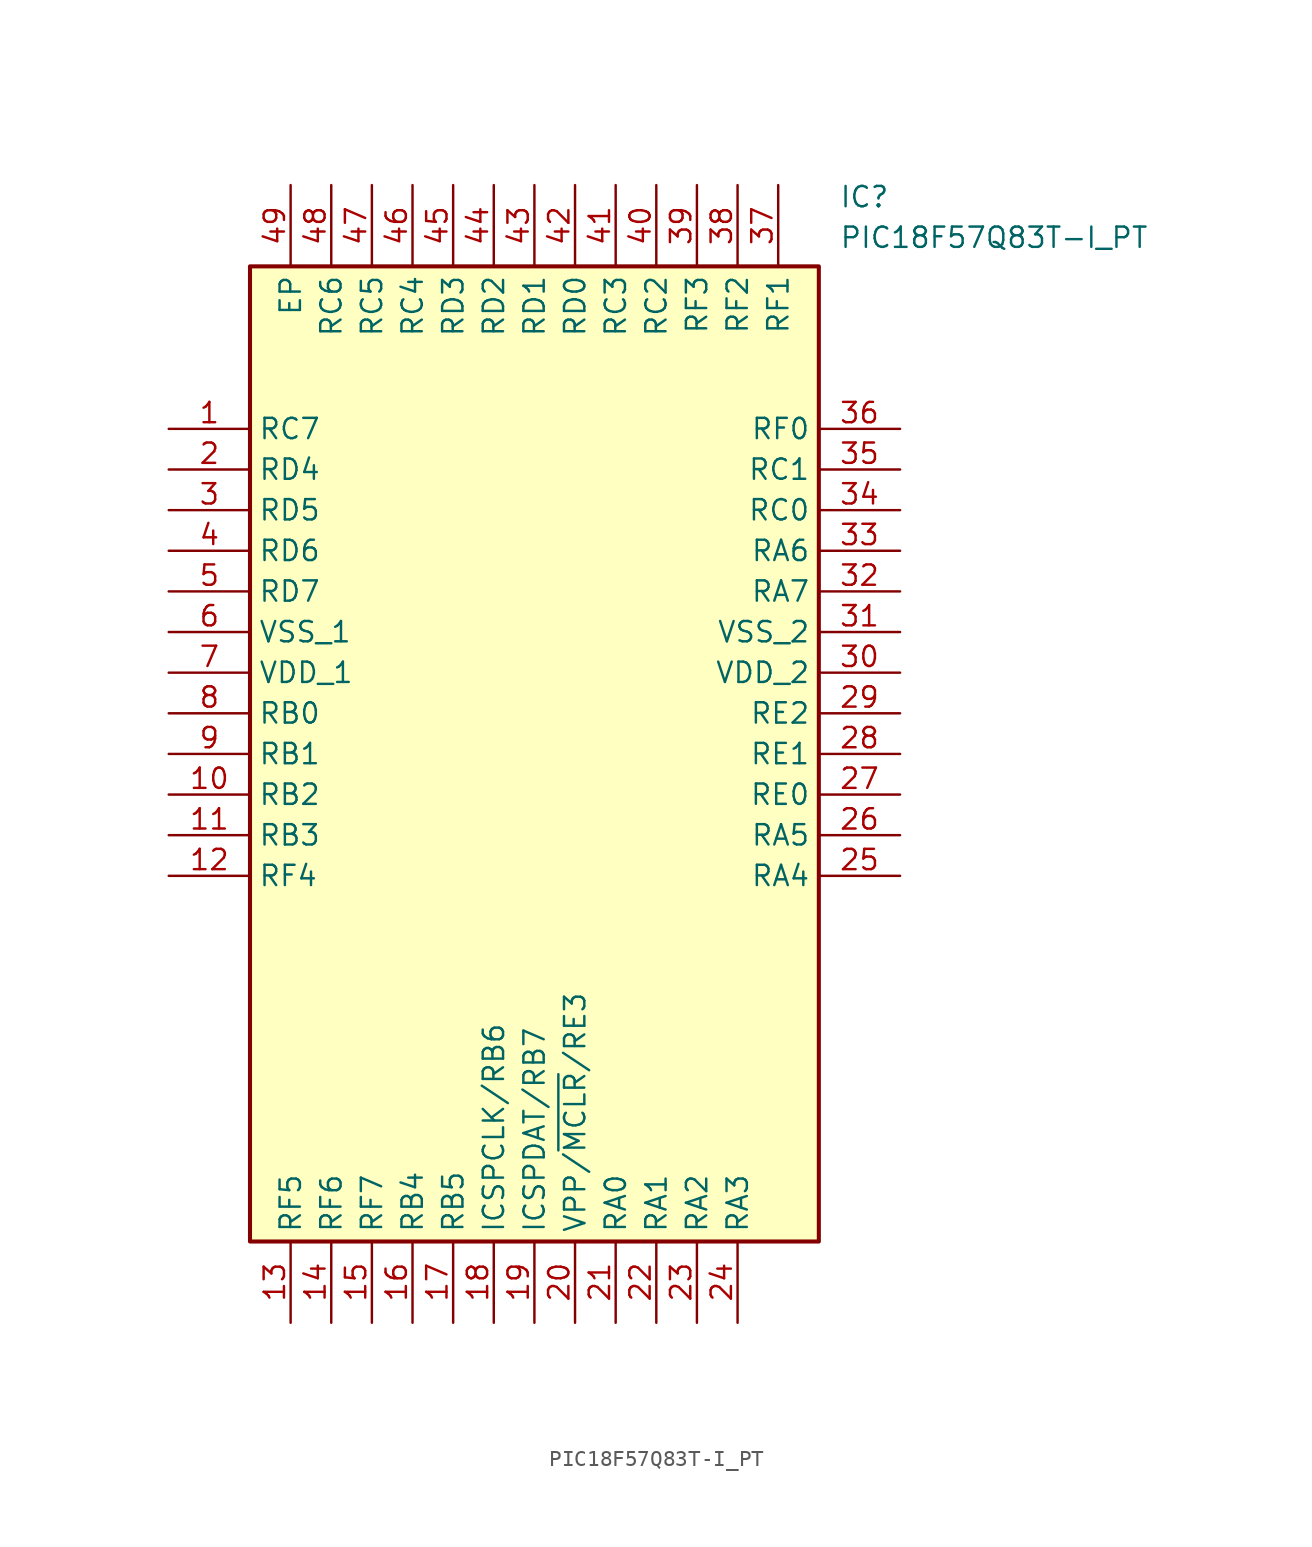
<source format=kicad_sym>
(kicad_symbol_lib
  (version 20211014)
  (generator SamacSys_ECAD_Model)
  (symbol "PIC18F57Q83T-I_PT"
    (property "Reference" "IC"
      (at 41.91 15.24 0)
      (effects (font (size 1.27 1.27)) (justify left top)))
    (property "Value" "PIC18F57Q83T-I_PT"
      (at 41.91 12.7 0)
      (effects (font (size 1.27 1.27)) (justify left top)))
    (rectangle
      (start 5.08 10.16)
      (end 40.64 -50.8)
      (stroke (width 0.254) (type default))
      (fill (type background)))
    (pin passive line
      (at 0 0 0)
      (length 5.08)
      (name "RC7" (effects (font (size 1.27 1.27))))
      (number "1" (effects (font (size 1.27 1.27)))))
    (pin passive line
      (at 0 -2.54 0)
      (length 5.08)
      (name "RD4" (effects (font (size 1.27 1.27))))
      (number "2" (effects (font (size 1.27 1.27)))))
    (pin passive line
      (at 0 -5.08 0)
      (length 5.08)
      (name "RD5" (effects (font (size 1.27 1.27))))
      (number "3" (effects (font (size 1.27 1.27)))))
    (pin passive line
      (at 0 -7.62 0)
      (length 5.08)
      (name "RD6" (effects (font (size 1.27 1.27))))
      (number "4" (effects (font (size 1.27 1.27)))))
    (pin passive line
      (at 0 -10.16 0)
      (length 5.08)
      (name "RD7" (effects (font (size 1.27 1.27))))
      (number "5" (effects (font (size 1.27 1.27)))))
    (pin passive line
      (at 0 -12.7 0)
      (length 5.08)
      (name "VSS_1" (effects (font (size 1.27 1.27))))
      (number "6" (effects (font (size 1.27 1.27)))))
    (pin passive line
      (at 0 -15.24 0)
      (length 5.08)
      (name "VDD_1" (effects (font (size 1.27 1.27))))
      (number "7" (effects (font (size 1.27 1.27)))))
    (pin passive line
      (at 0 -17.78 0)
      (length 5.08)
      (name "RB0" (effects (font (size 1.27 1.27))))
      (number "8" (effects (font (size 1.27 1.27)))))
    (pin passive line
      (at 0 -20.32 0)
      (length 5.08)
      (name "RB1" (effects (font (size 1.27 1.27))))
      (number "9" (effects (font (size 1.27 1.27)))))
    (pin passive line
      (at 0 -22.86 0)
      (length 5.08)
      (name "RB2" (effects (font (size 1.27 1.27))))
      (number "10" (effects (font (size 1.27 1.27)))))
    (pin passive line
      (at 0 -25.4 0)
      (length 5.08)
      (name "RB3" (effects (font (size 1.27 1.27))))
      (number "11" (effects (font (size 1.27 1.27)))))
    (pin passive line
      (at 0 -27.94 0)
      (length 5.08)
      (name "RF4" (effects (font (size 1.27 1.27))))
      (number "12" (effects (font (size 1.27 1.27)))))
    (pin passive line
      (at 7.62 -55.88 90)
      (length 5.08)
      (name "RF5" (effects (font (size 1.27 1.27))))
      (number "13" (effects (font (size 1.27 1.27)))))
    (pin passive line
      (at 10.16 -55.88 90)
      (length 5.08)
      (name "RF6" (effects (font (size 1.27 1.27))))
      (number "14" (effects (font (size 1.27 1.27)))))
    (pin passive line
      (at 12.7 -55.88 90)
      (length 5.08)
      (name "RF7" (effects (font (size 1.27 1.27))))
      (number "15" (effects (font (size 1.27 1.27)))))
    (pin passive line
      (at 15.24 -55.88 90)
      (length 5.08)
      (name "RB4" (effects (font (size 1.27 1.27))))
      (number "16" (effects (font (size 1.27 1.27)))))
    (pin passive line
      (at 17.78 -55.88 90)
      (length 5.08)
      (name "RB5" (effects (font (size 1.27 1.27))))
      (number "17" (effects (font (size 1.27 1.27)))))
    (pin passive line
      (at 20.32 -55.88 90)
      (length 5.08)
      (name "ICSPCLK/RB6" (effects (font (size 1.27 1.27))))
      (number "18" (effects (font (size 1.27 1.27)))))
    (pin passive line
      (at 22.86 -55.88 90)
      (length 5.08)
      (name "ICSPDAT/RB7" (effects (font (size 1.27 1.27))))
      (number "19" (effects (font (size 1.27 1.27)))))
    (pin passive line
      (at 25.4 -55.88 90)
      (length 5.08)
      (name "VPP/~{MCLR}/RE3" (effects (font (size 1.27 1.27))))
      (number "20" (effects (font (size 1.27 1.27)))))
    (pin passive line
      (at 27.94 -55.88 90)
      (length 5.08)
      (name "RA0" (effects (font (size 1.27 1.27))))
      (number "21" (effects (font (size 1.27 1.27)))))
    (pin passive line
      (at 30.48 -55.88 90)
      (length 5.08)
      (name "RA1" (effects (font (size 1.27 1.27))))
      (number "22" (effects (font (size 1.27 1.27)))))
    (pin passive line
      (at 33.02 -55.88 90)
      (length 5.08)
      (name "RA2" (effects (font (size 1.27 1.27))))
      (number "23" (effects (font (size 1.27 1.27)))))
    (pin passive line
      (at 35.56 -55.88 90)
      (length 5.08)
      (name "RA3" (effects (font (size 1.27 1.27))))
      (number "24" (effects (font (size 1.27 1.27)))))
    (pin passive line
      (at 45.72 0 180)
      (length 5.08)
      (name "RF0" (effects (font (size 1.27 1.27))))
      (number "36" (effects (font (size 1.27 1.27)))))
    (pin passive line
      (at 45.72 -2.54 180)
      (length 5.08)
      (name "RC1" (effects (font (size 1.27 1.27))))
      (number "35" (effects (font (size 1.27 1.27)))))
    (pin passive line
      (at 45.72 -5.08 180)
      (length 5.08)
      (name "RC0" (effects (font (size 1.27 1.27))))
      (number "34" (effects (font (size 1.27 1.27)))))
    (pin passive line
      (at 45.72 -7.62 180)
      (length 5.08)
      (name "RA6" (effects (font (size 1.27 1.27))))
      (number "33" (effects (font (size 1.27 1.27)))))
    (pin passive line
      (at 45.72 -10.16 180)
      (length 5.08)
      (name "RA7" (effects (font (size 1.27 1.27))))
      (number "32" (effects (font (size 1.27 1.27)))))
    (pin passive line
      (at 45.72 -12.7 180)
      (length 5.08)
      (name "VSS_2" (effects (font (size 1.27 1.27))))
      (number "31" (effects (font (size 1.27 1.27)))))
    (pin passive line
      (at 45.72 -15.24 180)
      (length 5.08)
      (name "VDD_2" (effects (font (size 1.27 1.27))))
      (number "30" (effects (font (size 1.27 1.27)))))
    (pin passive line
      (at 45.72 -17.78 180)
      (length 5.08)
      (name "RE2" (effects (font (size 1.27 1.27))))
      (number "29" (effects (font (size 1.27 1.27)))))
    (pin passive line
      (at 45.72 -20.32 180)
      (length 5.08)
      (name "RE1" (effects (font (size 1.27 1.27))))
      (number "28" (effects (font (size 1.27 1.27)))))
    (pin passive line
      (at 45.72 -22.86 180)
      (length 5.08)
      (name "RE0" (effects (font (size 1.27 1.27))))
      (number "27" (effects (font (size 1.27 1.27)))))
    (pin passive line
      (at 45.72 -25.4 180)
      (length 5.08)
      (name "RA5" (effects (font (size 1.27 1.27))))
      (number "26" (effects (font (size 1.27 1.27)))))
    (pin passive line
      (at 45.72 -27.94 180)
      (length 5.08)
      (name "RA4" (effects (font (size 1.27 1.27))))
      (number "25" (effects (font (size 1.27 1.27)))))
    (pin passive line
      (at 7.62 15.24 270)
      (length 5.08)
      (name "EP" (effects (font (size 1.27 1.27))))
      (number "49" (effects (font (size 1.27 1.27)))))
    (pin passive line
      (at 10.16 15.24 270)
      (length 5.08)
      (name "RC6" (effects (font (size 1.27 1.27))))
      (number "48" (effects (font (size 1.27 1.27)))))
    (pin passive line
      (at 12.7 15.24 270)
      (length 5.08)
      (name "RC5" (effects (font (size 1.27 1.27))))
      (number "47" (effects (font (size 1.27 1.27)))))
    (pin passive line
      (at 15.24 15.24 270)
      (length 5.08)
      (name "RC4" (effects (font (size 1.27 1.27))))
      (number "46" (effects (font (size 1.27 1.27)))))
    (pin passive line
      (at 17.78 15.24 270)
      (length 5.08)
      (name "RD3" (effects (font (size 1.27 1.27))))
      (number "45" (effects (font (size 1.27 1.27)))))
    (pin passive line
      (at 20.32 15.24 270)
      (length 5.08)
      (name "RD2" (effects (font (size 1.27 1.27))))
      (number "44" (effects (font (size 1.27 1.27)))))
    (pin passive line
      (at 22.86 15.24 270)
      (length 5.08)
      (name "RD1" (effects (font (size 1.27 1.27))))
      (number "43" (effects (font (size 1.27 1.27)))))
    (pin passive line
      (at 25.4 15.24 270)
      (length 5.08)
      (name "RD0" (effects (font (size 1.27 1.27))))
      (number "42" (effects (font (size 1.27 1.27)))))
    (pin passive line
      (at 27.94 15.24 270)
      (length 5.08)
      (name "RC3" (effects (font (size 1.27 1.27))))
      (number "41" (effects (font (size 1.27 1.27)))))
    (pin passive line
      (at 30.48 15.24 270)
      (length 5.08)
      (name "RC2" (effects (font (size 1.27 1.27))))
      (number "40" (effects (font (size 1.27 1.27)))))
    (pin passive line
      (at 33.02 15.24 270)
      (length 5.08)
      (name "RF3" (effects (font (size 1.27 1.27))))
      (number "39" (effects (font (size 1.27 1.27)))))
    (pin passive line
      (at 35.56 15.24 270)
      (length 5.08)
      (name "RF2" (effects (font (size 1.27 1.27))))
      (number "38" (effects (font (size 1.27 1.27)))))
    (pin passive line
      (at 38.1 15.24 270)
      (length 5.08)
      (name "RF1" (effects (font (size 1.27 1.27))))
      (number "37" (effects (font (size 1.27 1.27)))))))
</source>
